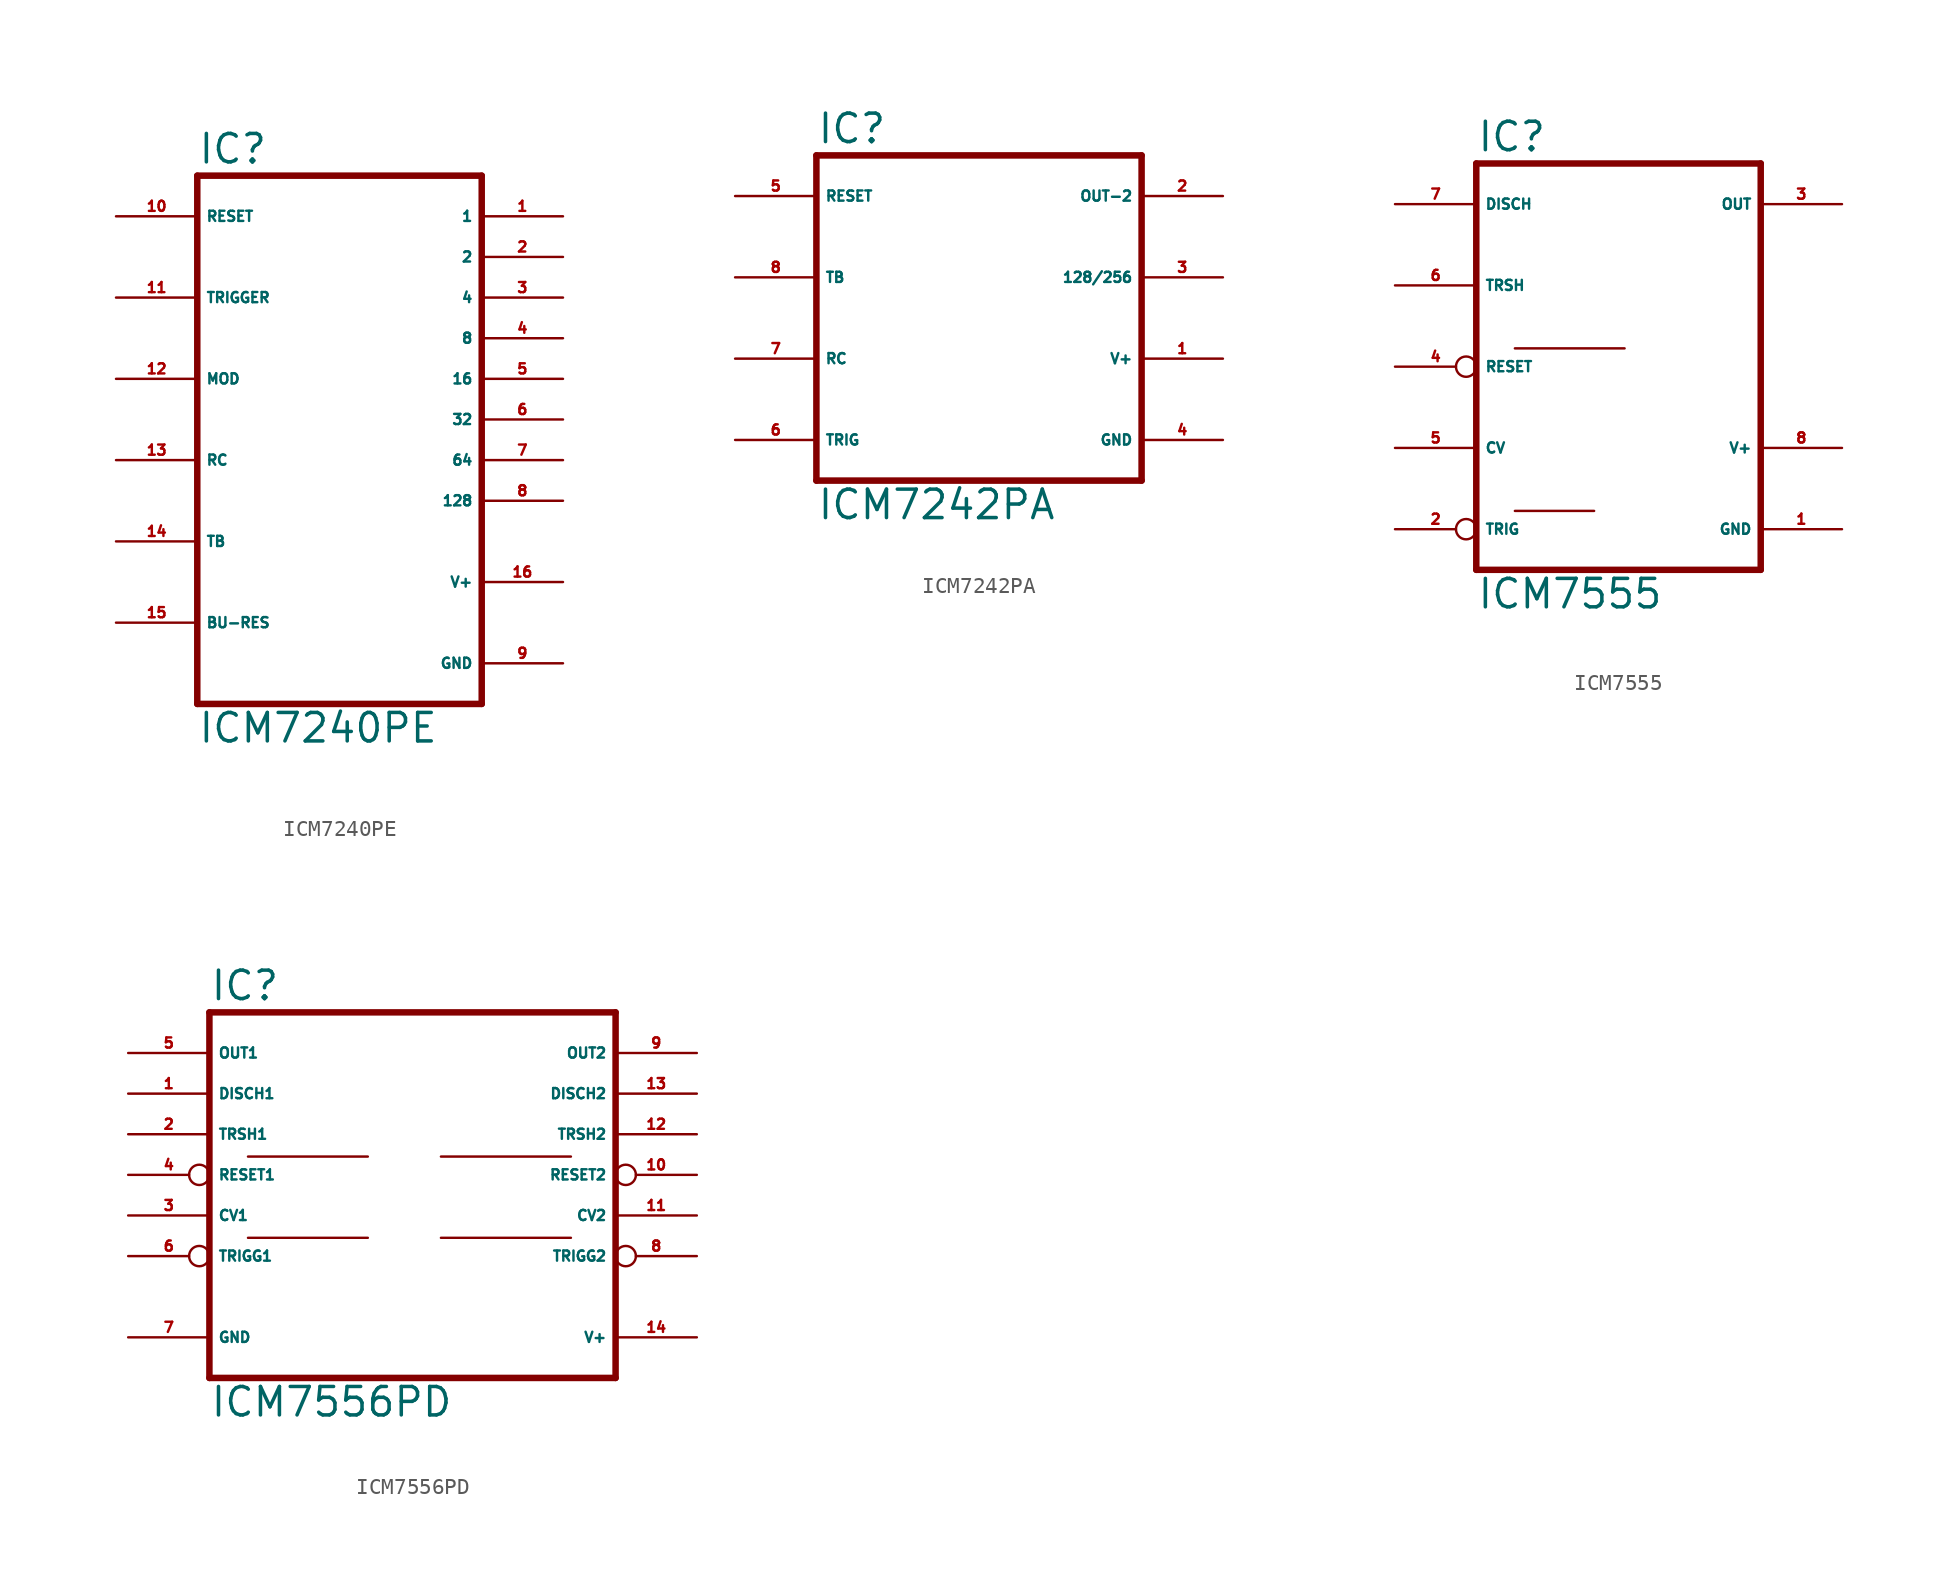
<source format=kicad_sym>
(kicad_symbol_lib
  (version 20220914)
  (generator Eagle2Kicad)
  (symbol "ICM7240PE"
    (property "Reference" "IC"
      (at -10.16 18.415 0)
      (effects (font (size 1.778 1.778) (thickness 0.22)) (justify left bottom)))
    (property "Value" "ICM7240PE"
      (at -10.16 -17.78 0)
      (effects (font (size 1.778 1.778) (thickness 0.22)) (justify left bottom)))
    (polyline
      (pts (xy 7.62 -15.24) (xy -10.16 -15.24))
      (stroke (width 0.406) (type default))
      (fill (type none)))
    (polyline
      (pts (xy -10.16 17.78) (xy -10.16 -15.24))
      (stroke (width 0.406) (type default))
      (fill (type none)))
    (polyline
      (pts (xy -10.16 17.78) (xy 7.62 17.78))
      (stroke (width 0.406) (type default))
      (fill (type none)))
    (polyline
      (pts (xy 7.62 -15.24) (xy 7.62 17.78))
      (stroke (width 0.406) (type default))
      (fill (type none)))
    (pin output line
      (at 12.7 15.24 180)
      (length 5.08)
      (name "1" (effects (font (size 0.635 0.635) (thickness 0.08)) (justify left bottom)))
      (number "1" (effects (font (size 0.635 0.635) (thickness 0.08)) (justify left bottom))))
    (pin output line
      (at 12.7 12.7 180)
      (length 5.08)
      (name "2" (effects (font (size 0.635 0.635) (thickness 0.08)) (justify left bottom)))
      (number "2" (effects (font (size 0.635 0.635) (thickness 0.08)) (justify left bottom))))
    (pin output line
      (at 12.7 10.16 180)
      (length 5.08)
      (name "4" (effects (font (size 0.635 0.635) (thickness 0.08)) (justify left bottom)))
      (number "3" (effects (font (size 0.635 0.635) (thickness 0.08)) (justify left bottom))))
    (pin output line
      (at 12.7 7.62 180)
      (length 5.08)
      (name "8" (effects (font (size 0.635 0.635) (thickness 0.08)) (justify left bottom)))
      (number "4" (effects (font (size 0.635 0.635) (thickness 0.08)) (justify left bottom))))
    (pin output line
      (at 12.7 5.08 180)
      (length 5.08)
      (name "16" (effects (font (size 0.635 0.635) (thickness 0.08)) (justify left bottom)))
      (number "5" (effects (font (size 0.635 0.635) (thickness 0.08)) (justify left bottom))))
    (pin output line
      (at 12.7 2.54 180)
      (length 5.08)
      (name "32" (effects (font (size 0.635 0.635) (thickness 0.08)) (justify left bottom)))
      (number "6" (effects (font (size 0.635 0.635) (thickness 0.08)) (justify left bottom))))
    (pin output line
      (at 12.7 0 180)
      (length 5.08)
      (name "64" (effects (font (size 0.635 0.635) (thickness 0.08)) (justify left bottom)))
      (number "7" (effects (font (size 0.635 0.635) (thickness 0.08)) (justify left bottom))))
    (pin output line
      (at 12.7 -2.54 180)
      (length 5.08)
      (name "128" (effects (font (size 0.635 0.635) (thickness 0.08)) (justify left bottom)))
      (number "8" (effects (font (size 0.635 0.635) (thickness 0.08)) (justify left bottom))))
    (pin unspecified line
      (at 12.7 -12.7 180)
      (length 5.08)
      (name "GND" (effects (font (size 0.635 0.635) (thickness 0.08)) (justify left bottom)))
      (number "9" (effects (font (size 0.635 0.635) (thickness 0.08)) (justify left bottom))))
    (pin unspecified line
      (at 12.7 -7.62 180)
      (length 5.08)
      (name "V+" (effects (font (size 0.635 0.635) (thickness 0.08)) (justify left bottom)))
      (number "16" (effects (font (size 0.635 0.635) (thickness 0.08)) (justify left bottom))))
    (pin input line
      (at -15.24 15.24 0)
      (length 5.08)
      (name "RESET" (effects (font (size 0.635 0.635) (thickness 0.08)) (justify left bottom)))
      (number "10" (effects (font (size 0.635 0.635) (thickness 0.08)) (justify left bottom))))
    (pin input line
      (at -15.24 10.16 0)
      (length 5.08)
      (name "TRIGGER" (effects (font (size 0.635 0.635) (thickness 0.08)) (justify left bottom)))
      (number "11" (effects (font (size 0.635 0.635) (thickness 0.08)) (justify left bottom))))
    (pin input line
      (at -15.24 5.08 0)
      (length 5.08)
      (name "MOD" (effects (font (size 0.635 0.635) (thickness 0.08)) (justify left bottom)))
      (number "12" (effects (font (size 0.635 0.635) (thickness 0.08)) (justify left bottom))))
    (pin passive line
      (at -15.24 0 0)
      (length 5.08)
      (name "RC" (effects (font (size 0.635 0.635) (thickness 0.08)) (justify left bottom)))
      (number "13" (effects (font (size 0.635 0.635) (thickness 0.08)) (justify left bottom))))
    (pin input line
      (at -15.24 -10.16 0)
      (length 5.08)
      (name "BU-RES" (effects (font (size 0.635 0.635) (thickness 0.08)) (justify left bottom)))
      (number "15" (effects (font (size 0.635 0.635) (thickness 0.08)) (justify left bottom))))
    (pin bidirectional line
      (at -15.24 -5.08 0)
      (length 5.08)
      (name "TB" (effects (font (size 0.635 0.635) (thickness 0.08)) (justify left bottom)))
      (number "14" (effects (font (size 0.635 0.635) (thickness 0.08)) (justify left bottom)))))
  (symbol "ICM7242PA"
    (property "Reference" "IC"
      (at -10.16 10.795 0)
      (effects (font (size 1.778 1.778) (thickness 0.22)) (justify left bottom)))
    (property "Value" "ICM7242PA"
      (at -10.16 -12.7 0)
      (effects (font (size 1.778 1.778) (thickness 0.22)) (justify left bottom)))
    (polyline
      (pts (xy -10.16 -10.16) (xy -10.16 10.16))
      (stroke (width 0.406) (type default))
      (fill (type none)))
    (polyline
      (pts (xy 10.16 10.16) (xy -10.16 10.16))
      (stroke (width 0.406) (type default))
      (fill (type none)))
    (polyline
      (pts (xy 10.16 10.16) (xy 10.16 -10.16))
      (stroke (width 0.406) (type default))
      (fill (type none)))
    (polyline
      (pts (xy -10.16 -10.16) (xy 10.16 -10.16))
      (stroke (width 0.406) (type default))
      (fill (type none)))
    (pin input line
      (at -15.24 7.62 0)
      (length 5.08)
      (name "RESET" (effects (font (size 0.635 0.635) (thickness 0.08)) (justify left bottom)))
      (number "5" (effects (font (size 0.635 0.635) (thickness 0.08)) (justify left bottom))))
    (pin bidirectional line
      (at -15.24 -7.62 0)
      (length 5.08)
      (name "TRIG" (effects (font (size 0.635 0.635) (thickness 0.08)) (justify left bottom)))
      (number "6" (effects (font (size 0.635 0.635) (thickness 0.08)) (justify left bottom))))
    (pin output line
      (at 15.24 2.54 180)
      (length 5.08)
      (name "128/256" (effects (font (size 0.635 0.635) (thickness 0.08)) (justify left bottom)))
      (number "3" (effects (font (size 0.635 0.635) (thickness 0.08)) (justify left bottom))))
    (pin bidirectional line
      (at -15.24 2.54 0)
      (length 5.08)
      (name "TB" (effects (font (size 0.635 0.635) (thickness 0.08)) (justify left bottom)))
      (number "8" (effects (font (size 0.635 0.635) (thickness 0.08)) (justify left bottom))))
    (pin unspecified line
      (at 15.24 -7.62 180)
      (length 5.08)
      (name "GND" (effects (font (size 0.635 0.635) (thickness 0.08)) (justify left bottom)))
      (number "4" (effects (font (size 0.635 0.635) (thickness 0.08)) (justify left bottom))))
    (pin unspecified line
      (at 15.24 -2.54 180)
      (length 5.08)
      (name "V+" (effects (font (size 0.635 0.635) (thickness 0.08)) (justify left bottom)))
      (number "1" (effects (font (size 0.635 0.635) (thickness 0.08)) (justify left bottom))))
    (pin output line
      (at 15.24 7.62 180)
      (length 5.08)
      (name "OUT-2" (effects (font (size 0.635 0.635) (thickness 0.08)) (justify left bottom)))
      (number "2" (effects (font (size 0.635 0.635) (thickness 0.08)) (justify left bottom))))
    (pin passive line
      (at -15.24 -2.54 0)
      (length 5.08)
      (name "RC" (effects (font (size 0.635 0.635) (thickness 0.08)) (justify left bottom)))
      (number "7" (effects (font (size 0.635 0.635) (thickness 0.08)) (justify left bottom)))))
  (symbol "ICM7555"
    (property "Reference" "IC"
      (at -10.16 13.335 0)
      (effects (font (size 1.778 1.778) (thickness 0.22)) (justify left bottom)))
    (property "Value" "ICM7555"
      (at -10.16 -15.24 0)
      (effects (font (size 1.778 1.778) (thickness 0.22)) (justify left bottom)))
    (polyline
      (pts (xy 7.62 -12.7) (xy -10.16 -12.7))
      (stroke (width 0.406) (type default))
      (fill (type none)))
    (polyline
      (pts (xy -10.16 12.7) (xy -10.16 -12.7))
      (stroke (width 0.406) (type default))
      (fill (type none)))
    (polyline
      (pts (xy -10.16 12.7) (xy 7.62 12.7))
      (stroke (width 0.406) (type default))
      (fill (type none)))
    (polyline
      (pts (xy 7.62 -12.7) (xy 7.62 12.7))
      (stroke (width 0.406) (type default))
      (fill (type none)))
    (polyline
      (pts (xy -7.747 1.143) (xy -0.889 1.143))
      (stroke (width 0.152) (type default))
      (fill (type none)))
    (polyline
      (pts (xy -7.747 -9.017) (xy -2.794 -9.017))
      (stroke (width 0.152) (type default))
      (fill (type none)))
    (pin output line
      (at 12.7 10.16 180)
      (length 5.08)
      (name "OUT" (effects (font (size 0.635 0.635) (thickness 0.08)) (justify left bottom)))
      (number "3" (effects (font (size 0.635 0.635) (thickness 0.08)) (justify left bottom))))
    (pin unspecified line
      (at 12.7 -5.08 180)
      (length 5.08)
      (name "V+" (effects (font (size 0.635 0.635) (thickness 0.08)) (justify left bottom)))
      (number "8" (effects (font (size 0.635 0.635) (thickness 0.08)) (justify left bottom))))
    (pin unspecified line
      (at 12.7 -10.16 180)
      (length 5.08)
      (name "GND" (effects (font (size 0.635 0.635) (thickness 0.08)) (justify left bottom)))
      (number "1" (effects (font (size 0.635 0.635) (thickness 0.08)) (justify left bottom))))
    (pin input line
      (at -15.24 10.16 0)
      (length 5.08)
      (name "DISCH" (effects (font (size 0.635 0.635) (thickness 0.08)) (justify left bottom)))
      (number "7" (effects (font (size 0.635 0.635) (thickness 0.08)) (justify left bottom))))
    (pin input inverted
      (at -15.24 0 0)
      (length 5.08)
      (name "RESET" (effects (font (size 0.635 0.635) (thickness 0.08)) (justify left bottom)))
      (number "4" (effects (font (size 0.635 0.635) (thickness 0.08)) (justify left bottom))))
    (pin passive line
      (at -15.24 -5.08 0)
      (length 5.08)
      (name "CV" (effects (font (size 0.635 0.635) (thickness 0.08)) (justify left bottom)))
      (number "5" (effects (font (size 0.635 0.635) (thickness 0.08)) (justify left bottom))))
    (pin bidirectional inverted
      (at -15.24 -10.16 0)
      (length 5.08)
      (name "TRIG" (effects (font (size 0.635 0.635) (thickness 0.08)) (justify left bottom)))
      (number "2" (effects (font (size 0.635 0.635) (thickness 0.08)) (justify left bottom))))
    (pin input line
      (at -15.24 5.08 0)
      (length 5.08)
      (name "TRSH" (effects (font (size 0.635 0.635) (thickness 0.08)) (justify left bottom)))
      (number "6" (effects (font (size 0.635 0.635) (thickness 0.08)) (justify left bottom)))))
  (symbol "ICM7556PD"
    (property "Reference" "IC"
      (at -12.7 13.335 0)
      (effects (font (size 1.778 1.778) (thickness 0.22)) (justify left bottom)))
    (property "Value" "ICM7556PD"
      (at -12.7 -12.7 0)
      (effects (font (size 1.778 1.778) (thickness 0.22)) (justify left bottom)))
    (polyline
      (pts (xy 12.7 -10.16) (xy -12.7 -10.16))
      (stroke (width 0.406) (type default))
      (fill (type none)))
    (polyline
      (pts (xy -12.7 12.7) (xy -12.7 -10.16))
      (stroke (width 0.406) (type default))
      (fill (type none)))
    (polyline
      (pts (xy -12.7 12.7) (xy 12.7 12.7))
      (stroke (width 0.406) (type default))
      (fill (type none)))
    (polyline
      (pts (xy 12.7 -10.16) (xy 12.7 12.7))
      (stroke (width 0.406) (type default))
      (fill (type none)))
    (polyline
      (pts (xy 1.778 -1.397) (xy 9.906 -1.397))
      (stroke (width 0.152) (type default))
      (fill (type none)))
    (polyline
      (pts (xy 1.778 3.683) (xy 9.906 3.683))
      (stroke (width 0.152) (type default))
      (fill (type none)))
    (polyline
      (pts (xy -10.287 3.683) (xy -2.794 3.683))
      (stroke (width 0.152) (type default))
      (fill (type none)))
    (polyline
      (pts (xy -10.287 -1.397) (xy -2.794 -1.397))
      (stroke (width 0.152) (type default))
      (fill (type none)))
    (pin input line
      (at 17.78 7.62 180)
      (length 5.08)
      (name "DISCH2" (effects (font (size 0.635 0.635) (thickness 0.08)) (justify left bottom)))
      (number "13" (effects (font (size 0.635 0.635) (thickness 0.08)) (justify left bottom))))
    (pin input line
      (at 17.78 5.08 180)
      (length 5.08)
      (name "TRSH2" (effects (font (size 0.635 0.635) (thickness 0.08)) (justify left bottom)))
      (number "12" (effects (font (size 0.635 0.635) (thickness 0.08)) (justify left bottom))))
    (pin input inverted
      (at 17.78 2.54 180)
      (length 5.08)
      (name "RESET2" (effects (font (size 0.635 0.635) (thickness 0.08)) (justify left bottom)))
      (number "10" (effects (font (size 0.635 0.635) (thickness 0.08)) (justify left bottom))))
    (pin passive line
      (at 17.78 0 180)
      (length 5.08)
      (name "CV2" (effects (font (size 0.635 0.635) (thickness 0.08)) (justify left bottom)))
      (number "11" (effects (font (size 0.635 0.635) (thickness 0.08)) (justify left bottom))))
    (pin bidirectional inverted
      (at 17.78 -2.54 180)
      (length 5.08)
      (name "TRIGG2" (effects (font (size 0.635 0.635) (thickness 0.08)) (justify left bottom)))
      (number "8" (effects (font (size 0.635 0.635) (thickness 0.08)) (justify left bottom))))
    (pin output line
      (at 17.78 10.16 180)
      (length 5.08)
      (name "OUT2" (effects (font (size 0.635 0.635) (thickness 0.08)) (justify left bottom)))
      (number "9" (effects (font (size 0.635 0.635) (thickness 0.08)) (justify left bottom))))
    (pin unspecified line
      (at -17.78 -7.62 0)
      (length 5.08)
      (name "GND" (effects (font (size 0.635 0.635) (thickness 0.08)) (justify left bottom)))
      (number "7" (effects (font (size 0.635 0.635) (thickness 0.08)) (justify left bottom))))
    (pin unspecified line
      (at 17.78 -7.62 180)
      (length 5.08)
      (name "V+" (effects (font (size 0.635 0.635) (thickness 0.08)) (justify left bottom)))
      (number "14" (effects (font (size 0.635 0.635) (thickness 0.08)) (justify left bottom))))
    (pin input line
      (at -17.78 7.62 0)
      (length 5.08)
      (name "DISCH1" (effects (font (size 0.635 0.635) (thickness 0.08)) (justify left bottom)))
      (number "1" (effects (font (size 0.635 0.635) (thickness 0.08)) (justify left bottom))))
    (pin input line
      (at -17.78 5.08 0)
      (length 5.08)
      (name "TRSH1" (effects (font (size 0.635 0.635) (thickness 0.08)) (justify left bottom)))
      (number "2" (effects (font (size 0.635 0.635) (thickness 0.08)) (justify left bottom))))
    (pin input inverted
      (at -17.78 2.54 0)
      (length 5.08)
      (name "RESET1" (effects (font (size 0.635 0.635) (thickness 0.08)) (justify left bottom)))
      (number "4" (effects (font (size 0.635 0.635) (thickness 0.08)) (justify left bottom))))
    (pin passive line
      (at -17.78 0 0)
      (length 5.08)
      (name "CV1" (effects (font (size 0.635 0.635) (thickness 0.08)) (justify left bottom)))
      (number "3" (effects (font (size 0.635 0.635) (thickness 0.08)) (justify left bottom))))
    (pin output line
      (at -17.78 10.16 0)
      (length 5.08)
      (name "OUT1" (effects (font (size 0.635 0.635) (thickness 0.08)) (justify left bottom)))
      (number "5" (effects (font (size 0.635 0.635) (thickness 0.08)) (justify left bottom))))
    (pin bidirectional inverted
      (at -17.78 -2.54 0)
      (length 5.08)
      (name "TRIGG1" (effects (font (size 0.635 0.635) (thickness 0.08)) (justify left bottom)))
      (number "6" (effects (font (size 0.635 0.635) (thickness 0.08)) (justify left bottom))))))
</source>
